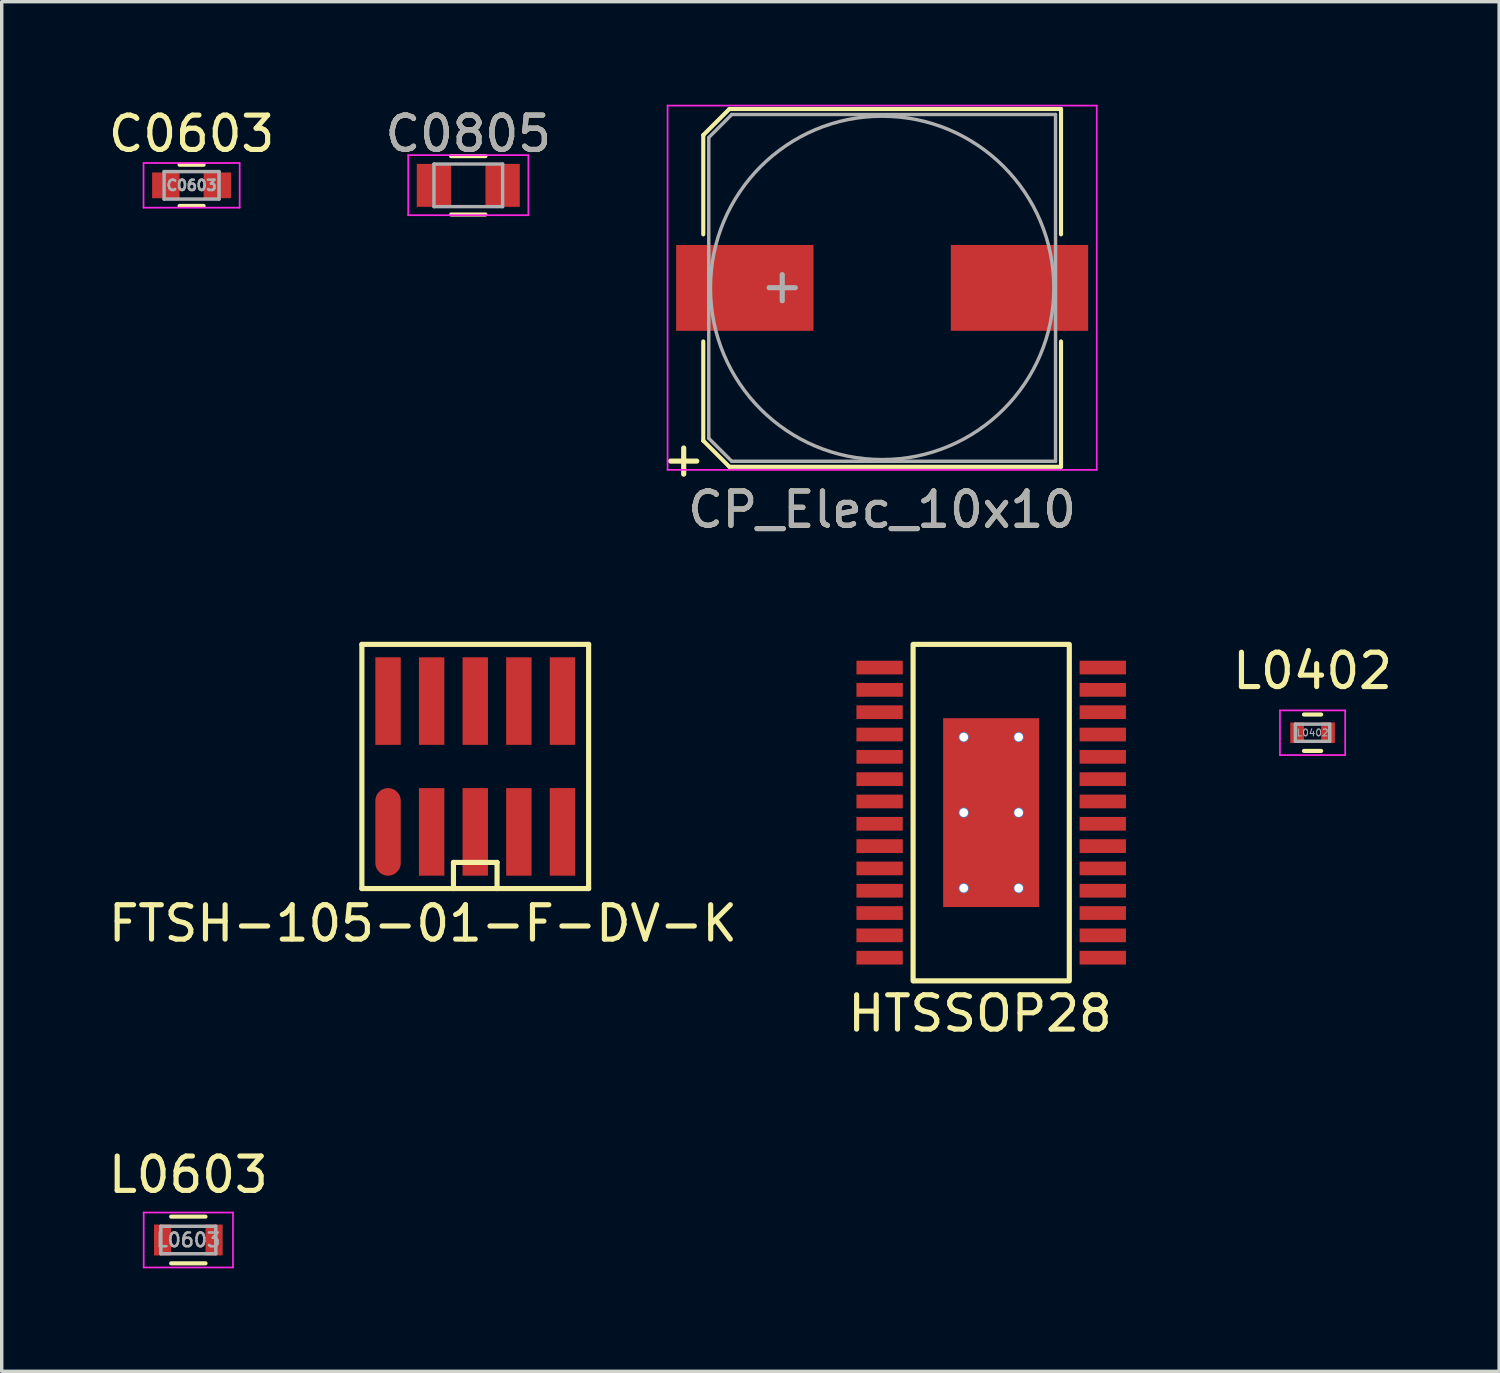
<source format=kicad_pcb>
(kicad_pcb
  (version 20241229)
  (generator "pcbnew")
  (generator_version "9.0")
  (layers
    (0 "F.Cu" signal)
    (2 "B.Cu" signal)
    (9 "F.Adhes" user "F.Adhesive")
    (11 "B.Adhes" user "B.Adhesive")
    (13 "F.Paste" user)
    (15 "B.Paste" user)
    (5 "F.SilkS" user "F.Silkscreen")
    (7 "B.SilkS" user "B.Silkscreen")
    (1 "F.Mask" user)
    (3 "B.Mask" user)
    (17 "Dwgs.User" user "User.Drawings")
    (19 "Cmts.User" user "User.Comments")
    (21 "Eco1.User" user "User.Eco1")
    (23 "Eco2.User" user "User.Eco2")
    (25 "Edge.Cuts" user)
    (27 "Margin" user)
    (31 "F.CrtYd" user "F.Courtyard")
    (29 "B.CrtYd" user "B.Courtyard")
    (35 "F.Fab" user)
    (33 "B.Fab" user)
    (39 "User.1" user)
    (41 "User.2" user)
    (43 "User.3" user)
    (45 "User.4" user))
  (footprint "CP_Elec_10x10"
    (layer "F.Cu")
    (at 22.643 5.335)
    (property "Reference" "CP_Elec_10x10" (at 0 6.46 0) (layer "F.SilkS") (effects (font (size 1 1) (thickness 0.15))))
    (attr smd)
    (fp_line (start -5.21 -4.45) (end -5.21 -1.56) (stroke (width 0.12) (type solid)) (layer "F.SilkS"))
    (fp_line (start -5.21 -4.45) (end -4.45 -5.21) (stroke (width 0.12) (type solid)) (layer "F.SilkS"))
    (fp_line (start -5.21 4.45) (end -5.21 1.56) (stroke (width 0.12) (type solid)) (layer "F.SilkS"))
    (fp_line (start -4.45 -5.21) (end 5.21 -5.21) (stroke (width 0.12) (type solid)) (layer "F.SilkS"))
    (fp_line (start -4.45 5.21) (end -5.21 4.45) (stroke (width 0.12) (type solid)) (layer "F.SilkS"))
    (fp_line (start 5.21 -5.21) (end 5.21 -1.56) (stroke (width 0.12) (type solid)) (layer "F.SilkS"))
    (fp_line (start 5.21 5.21) (end -4.45 5.21) (stroke (width 0.12) (type solid)) (layer "F.SilkS"))
    (fp_line (start 5.21 5.21) (end 5.21 1.56) (stroke (width 0.12) (type solid)) (layer "F.SilkS"))
    (fp_line (start -6.25 -5.31) (end -6.25 5.3) (stroke (width 0.05) (type solid)) (layer "F.CrtYd"))
    (fp_line (start -6.25 -5.31) (end 6.25 -5.31) (stroke (width 0.05) (type solid)) (layer "F.CrtYd"))
    (fp_line (start 6.25 5.3) (end -6.25 5.3) (stroke (width 0.05) (type solid)) (layer "F.CrtYd"))
    (fp_line (start 6.25 5.3) (end 6.25 -5.31) (stroke (width 0.05) (type solid)) (layer "F.CrtYd"))
    (fp_line (start -5.05 -4.38) (end -5.05 4.38) (stroke (width 0.1) (type solid)) (layer "F.Fab"))
    (fp_line (start -5.05 4.38) (end -4.38 5.05) (stroke (width 0.1) (type solid)) (layer "F.Fab"))
    (fp_line (start -4.38 -5.05) (end -5.05 -4.38) (stroke (width 0.1) (type solid)) (layer "F.Fab"))
    (fp_line (start -4.38 5.05) (end 5.05 5.05) (stroke (width 0.1) (type solid)) (layer "F.Fab"))
    (fp_line (start 5.05 -5.05) (end -4.38 -5.05) (stroke (width 0.1) (type solid)) (layer "F.Fab"))
    (fp_line (start 5.05 5.05) (end 5.05 -5.05) (stroke (width 0.1) (type solid)) (layer "F.Fab"))
    (fp_circle (center 0 0) (end 0.1 5) (stroke (width 0.1) (type solid)) (fill no) (layer "F.Fab"))
    (fp_text user "+" (at -5.78 4.97 0) (layer "F.SilkS") (effects (font (size 1 1) (thickness 0.15))))
    (fp_text user "${REFERENCE}" (at 0 6.46 0) (layer "F.Fab") (effects (font (size 1 1) (thickness 0.15))))
    (fp_text user "+" (at -2.91 -0.08 0) (layer "F.Fab") (effects (font (size 1 1) (thickness 0.15))))
    (pad "1" smd rect (at -4 0 180) (size 4 2.5) (layers "F.Cu" "F.Mask" "F.Paste"))
    (pad "2" smd rect (at 4 0 180) (size 4 2.5) (layers "F.Cu" "F.Mask" "F.Paste")))
  (footprint "C0805"
    (layer "F.Cu")
    (at 10.589 2.348)
    (property "Reference" "C0805" (at 0 -1.5 0) (layer "F.SilkS") (effects (font (size 1 1) (thickness 0.15))))
    (attr smd)
    (fp_line (start -0.5 0.85) (end 0.5 0.85) (stroke (width 0.12) (type solid)) (layer "F.SilkS"))
    (fp_line (start 0.5 -0.85) (end -0.5 -0.85) (stroke (width 0.12) (type solid)) (layer "F.SilkS"))
    (fp_line (start -1.75 -0.88) (end -1.75 0.87) (stroke (width 0.05) (type solid)) (layer "F.CrtYd"))
    (fp_line (start -1.75 -0.88) (end 1.75 -0.88) (stroke (width 0.05) (type solid)) (layer "F.CrtYd"))
    (fp_line (start 1.75 0.87) (end -1.75 0.87) (stroke (width 0.05) (type solid)) (layer "F.CrtYd"))
    (fp_line (start 1.75 0.87) (end 1.75 -0.88) (stroke (width 0.05) (type solid)) (layer "F.CrtYd"))
    (fp_line (start -1 -0.62) (end 1 -0.62) (stroke (width 0.1) (type solid)) (layer "F.Fab"))
    (fp_line (start -1 0.62) (end -1 -0.62) (stroke (width 0.1) (type solid)) (layer "F.Fab"))
    (fp_line (start 1 -0.62) (end 1 0.62) (stroke (width 0.1) (type solid)) (layer "F.Fab"))
    (fp_line (start 1 0.62) (end -1 0.62) (stroke (width 0.1) (type solid)) (layer "F.Fab"))
    (fp_text user "${REFERENCE}" (at 0 -1.5 0) (layer "F.Fab") (effects (font (size 1 1) (thickness 0.15))))
    (pad "1" smd rect (at -1 0) (size 1 1.25) (layers "F.Cu" "F.Mask" "F.Paste"))
    (pad "2" smd rect (at 1 0) (size 1 1.25) (layers "F.Cu" "F.Mask" "F.Paste")))
  (footprint "L0603"
    (layer "F.Cu")
    (at 2.435 33.065)
    (property "Reference" "L0603" (at 0 -1.9 0) (layer "F.SilkS") (effects (font (size 1 1) (thickness 0.15))))
    (attr smd)
    (fp_line (start -0.5 -0.68) (end 0.5 -0.68) (stroke (width 0.12) (type solid)) (layer "F.SilkS"))
    (fp_line (start 0.5 0.68) (end -0.5 0.68) (stroke (width 0.12) (type solid)) (layer "F.SilkS"))
    (fp_line (start -1.3 -0.8) (end -1.3 0.8) (stroke (width 0.05) (type solid)) (layer "F.CrtYd"))
    (fp_line (start -1.3 -0.8) (end 1.3 -0.8) (stroke (width 0.05) (type solid)) (layer "F.CrtYd"))
    (fp_line (start -1.3 0.8) (end 1.3 0.8) (stroke (width 0.05) (type solid)) (layer "F.CrtYd"))
    (fp_line (start 1.3 -0.8) (end 1.3 0.8) (stroke (width 0.05) (type solid)) (layer "F.CrtYd"))
    (fp_line (start -0.8 -0.4) (end 0.8 -0.4) (stroke (width 0.1) (type solid)) (layer "F.Fab"))
    (fp_line (start -0.8 0.4) (end -0.8 -0.4) (stroke (width 0.1) (type solid)) (layer "F.Fab"))
    (fp_line (start 0.8 -0.4) (end 0.8 0.4) (stroke (width 0.1) (type solid)) (layer "F.Fab"))
    (fp_line (start 0.8 0.4) (end -0.8 0.4) (stroke (width 0.1) (type solid)) (layer "F.Fab"))
    (fp_text user "${REFERENCE}" (at 0 0 0) (layer "F.Fab") (effects (font (size 0.4 0.4) (thickness 0.075))))
    (pad "1" smd rect (at -0.75 0) (size 0.5 0.9) (layers "F.Cu" "F.Mask" "F.Paste"))
    (pad "2" smd rect (at 0.75 0) (size 0.5 0.9) (layers "F.Cu" "F.Mask" "F.Paste")))
  (footprint "L0402"
    (layer "F.Cu")
    (at 35.179 18.291)
    (property "Reference" "L0402" (at 0 -1.8 0) (layer "F.SilkS") (effects (font (size 1 1) (thickness 0.15))))
    (attr smd)
    (fp_line (start -0.25 0.53) (end 0.25 0.53) (stroke (width 0.12) (type solid)) (layer "F.SilkS"))
    (fp_line (start 0.25 -0.53) (end -0.25 -0.53) (stroke (width 0.12) (type solid)) (layer "F.SilkS"))
    (fp_line (start -0.95 -0.65) (end -0.95 0.65) (stroke (width 0.05) (type solid)) (layer "F.CrtYd"))
    (fp_line (start -0.95 -0.65) (end 0.95 -0.65) (stroke (width 0.05) (type solid)) (layer "F.CrtYd"))
    (fp_line (start -0.95 0.65) (end 0.95 0.65) (stroke (width 0.05) (type solid)) (layer "F.CrtYd"))
    (fp_line (start 0.95 -0.65) (end 0.95 0.65) (stroke (width 0.05) (type solid)) (layer "F.CrtYd"))
    (fp_line (start -0.5 -0.25) (end 0.5 -0.25) (stroke (width 0.1) (type solid)) (layer "F.Fab"))
    (fp_line (start -0.5 0.25) (end -0.5 -0.25) (stroke (width 0.1) (type solid)) (layer "F.Fab"))
    (fp_line (start 0.5 -0.25) (end 0.5 0.25) (stroke (width 0.1) (type solid)) (layer "F.Fab"))
    (fp_line (start 0.5 0.25) (end -0.5 0.25) (stroke (width 0.1) (type solid)) (layer "F.Fab"))
    (fp_text user "${REFERENCE}" (at 0 0 0) (layer "F.Fab") (effects (font (size 0.2 0.2) (thickness 0.03))))
    (pad "1" smd rect (at -0.45 0) (size 0.4 0.6) (layers "F.Cu" "F.Mask" "F.Paste"))
    (pad "2" smd rect (at 0.45 0) (size 0.4 0.6) (layers "F.Cu" "F.Mask" "F.Paste")))
  (footprint "C0603"
    (layer "F.Cu")
    (at 2.53 2.348)
    (property "Reference" "C0603" (at 0 -1.5 0) (layer "F.SilkS") (effects (font (size 1 1) (thickness 0.15))))
    (attr smd)
    (fp_line (start -0.35 -0.6) (end 0.35 -0.6) (stroke (width 0.12) (type solid)) (layer "F.SilkS"))
    (fp_line (start 0.35 0.6) (end -0.35 0.6) (stroke (width 0.12) (type solid)) (layer "F.SilkS"))
    (fp_line (start -1.4 -0.65) (end -1.4 0.65) (stroke (width 0.05) (type solid)) (layer "F.CrtYd"))
    (fp_line (start -1.4 -0.65) (end 1.4 -0.65) (stroke (width 0.05) (type solid)) (layer "F.CrtYd"))
    (fp_line (start 1.4 0.65) (end -1.4 0.65) (stroke (width 0.05) (type solid)) (layer "F.CrtYd"))
    (fp_line (start 1.4 0.65) (end 1.4 -0.65) (stroke (width 0.05) (type solid)) (layer "F.CrtYd"))
    (fp_line (start -0.8 -0.4) (end 0.8 -0.4) (stroke (width 0.1) (type solid)) (layer "F.Fab"))
    (fp_line (start -0.8 0.4) (end -0.8 -0.4) (stroke (width 0.1) (type solid)) (layer "F.Fab"))
    (fp_line (start 0.8 -0.4) (end 0.8 0.4) (stroke (width 0.1) (type solid)) (layer "F.Fab"))
    (fp_line (start 0.8 0.4) (end -0.8 0.4) (stroke (width 0.1) (type solid)) (layer "F.Fab"))
    (fp_text user "${REFERENCE}" (at 0 0 0) (layer "F.Fab") (effects (font (size 0.3 0.3) (thickness 0.075))))
    (pad "1" smd rect (at -0.75 0) (size 0.8 0.75) (layers "F.Cu" "F.Mask" "F.Paste"))
    (pad "2" smd rect (at 0.75 0) (size 0.8 0.75) (layers "F.Cu" "F.Mask" "F.Paste")))
  (footprint "HTSSOP28"
    (layer "F.Cu")
    (at 25.819 20.618)
    (property "Reference" "HTSSOP28" (at -0.325 5.85 0) (layer "F.SilkS") (effects (font (size 1 1) (thickness 0.15))))
    (attr through_hole)
    (fp_line (start -2.275 -4.9) (end -2.275 4.9) (stroke (width 0.15) (type solid)) (layer "F.SilkS"))
    (fp_line (start -2.25 4.9) (end 2.225 4.9) (stroke (width 0.15) (type solid)) (layer "F.SilkS"))
    (fp_line (start 2.25 -4.9) (end -2.25 -4.9) (stroke (width 0.15) (type solid)) (layer "F.SilkS"))
    (fp_line (start 2.275 4.9) (end 2.275 -4.9) (stroke (width 0.15) (type solid)) (layer "F.SilkS"))
    (pad "1" smd rect (at -3.25 -4.225 270) (size 0.4 1.35) (layers "F.Cu" "F.Mask" "F.Paste"))
    (pad "2" smd rect (at -3.25 -3.575 270) (size 0.4 1.35) (layers "F.Cu" "F.Mask" "F.Paste"))
    (pad "3" smd rect (at -3.25 -2.925 270) (size 0.4 1.35) (layers "F.Cu" "F.Mask" "F.Paste"))
    (pad "4" smd rect (at -3.25 -2.275 270) (size 0.4 1.35) (layers "F.Cu" "F.Mask" "F.Paste"))
    (pad "5" smd rect (at -3.25 -1.625 270) (size 0.4 1.35) (layers "F.Cu" "F.Mask" "F.Paste"))
    (pad "6" smd rect (at -3.25 -0.975 270) (size 0.4 1.35) (layers "F.Cu" "F.Mask" "F.Paste"))
    (pad "7" smd rect (at -3.25 -0.325 270) (size 0.4 1.35) (layers "F.Cu" "F.Mask" "F.Paste"))
    (pad "8" smd rect (at -3.25 0.325 270) (size 0.4 1.35) (layers "F.Cu" "F.Mask" "F.Paste"))
    (pad "9" smd rect (at -3.25 0.975 270) (size 0.4 1.35) (layers "F.Cu" "F.Mask" "F.Paste"))
    (pad "10" smd rect (at -3.25 1.625 270) (size 0.4 1.35) (layers "F.Cu" "F.Mask" "F.Paste"))
    (pad "11" smd rect (at -3.25 2.275 270) (size 0.4 1.35) (layers "F.Cu" "F.Mask" "F.Paste"))
    (pad "12" smd rect (at -3.25 2.925 270) (size 0.4 1.35) (layers "F.Cu" "F.Mask" "F.Paste"))
    (pad "13" smd rect (at -3.25 3.575 270) (size 0.4 1.35) (layers "F.Cu" "F.Mask" "F.Paste"))
    (pad "14" smd rect (at -3.25 4.225 270) (size 0.4 1.35) (layers "F.Cu" "F.Mask" "F.Paste"))
    (pad "15" smd rect (at 3.25 4.225 270) (size 0.4 1.35) (layers "F.Cu" "F.Mask" "F.Paste"))
    (pad "16" smd rect (at 3.25 3.575 270) (size 0.4 1.35) (layers "F.Cu" "F.Mask" "F.Paste"))
    (pad "17" smd rect (at 3.25 2.925 270) (size 0.4 1.35) (layers "F.Cu" "F.Mask" "F.Paste"))
    (pad "18" smd rect (at 3.25 2.275 270) (size 0.4 1.35) (layers "F.Cu" "F.Mask" "F.Paste"))
    (pad "19" smd rect (at 3.25 1.625 270) (size 0.4 1.35) (layers "F.Cu" "F.Mask" "F.Paste"))
    (pad "20" smd rect (at 3.25 0.975 270) (size 0.4 1.35) (layers "F.Cu" "F.Mask" "F.Paste"))
    (pad "21" smd rect (at 3.25 0.325 270) (size 0.4 1.35) (layers "F.Cu" "F.Mask" "F.Paste"))
    (pad "22" smd rect (at 3.25 -0.325 270) (size 0.4 1.35) (layers "F.Cu" "F.Mask" "F.Paste"))
    (pad "23" smd rect (at 3.25 -0.975 270) (size 0.4 1.35) (layers "F.Cu" "F.Mask" "F.Paste"))
    (pad "24" smd rect (at 3.25 -1.625 270) (size 0.4 1.35) (layers "F.Cu" "F.Mask" "F.Paste"))
    (pad "25" smd rect (at 3.25 -2.275 270) (size 0.4 1.35) (layers "F.Cu" "F.Mask" "F.Paste"))
    (pad "26" smd rect (at 3.25 -2.925 270) (size 0.4 1.35) (layers "F.Cu" "F.Mask" "F.Paste"))
    (pad "27" smd rect (at 3.25 -3.575 270) (size 0.4 1.35) (layers "F.Cu" "F.Mask" "F.Paste"))
    (pad "28" smd rect (at 3.25 -4.225 270) (size 0.4 1.35) (layers "F.Cu" "F.Mask" "F.Paste"))
    (pad "29" thru_hole circle (at -0.8 -2.2) (size 0.3 0.3) (drill 0.254) (layers "*.Cu" "*.Mask"))
    (pad "29" thru_hole circle (at -0.8 0) (size 0.3 0.3) (drill 0.254) (layers "*.Cu" "*.Mask"))
    (pad "29" thru_hole circle (at -0.8 2.2) (size 0.3 0.3) (drill 0.254) (layers "*.Cu" "*.Mask"))
    (pad "29" smd rect (at 0 0 270) (size 5.5 2.8) (layers "F.Cu" "F.Mask" "F.Paste"))
    (pad "29" thru_hole circle (at 0.8 -2.2) (size 0.3 0.3) (drill 0.254) (layers "*.Cu" "*.Mask"))
    (pad "29" thru_hole circle (at 0.8 0) (size 0.3 0.3) (drill 0.254) (layers "*.Cu" "*.Mask"))
    (pad "29" thru_hole circle (at 0.8 2.2) (size 0.3 0.3) (drill 0.254) (layers "*.Cu" "*.Mask")))
  (footprint "FTSH-105-01-F-DV-K"
    (layer "F.Cu")
    (at 10.792 19.274)
    (property "Reference" "FTSH-105-01-F-DV-K" (at -1.524 4.572 0) (layer "F.SilkS") (effects (font (size 1 1) (thickness 0.15))))
    (attr through_hole)
    (fp_line (start -3.302 -3.556) (end -3.302 3.556) (stroke (width 0.15) (type solid)) (layer "F.SilkS"))
    (fp_line (start -3.302 3.556) (end 3.302 3.556) (stroke (width 0.15) (type solid)) (layer "F.SilkS"))
    (fp_line (start -0.635 2.794) (end 0.635 2.794) (stroke (width 0.15) (type solid)) (layer "F.SilkS"))
    (fp_line (start -0.635 3.556) (end -0.635 2.794) (stroke (width 0.15) (type solid)) (layer "F.SilkS"))
    (fp_line (start 0.635 2.794) (end 0.635 3.556) (stroke (width 0.15) (type solid)) (layer "F.SilkS"))
    (fp_line (start 3.302 -3.556) (end -3.302 -3.556) (stroke (width 0.15) (type solid)) (layer "F.SilkS"))
    (fp_line (start 3.302 3.556) (end 3.302 -3.556) (stroke (width 0.15) (type solid)) (layer "F.SilkS"))
    (pad "1" smd oval (at -2.54 1.905) (size 0.74 2.55) (layers "F.Cu" "F.Mask" "F.Paste"))
    (pad "2" smd rect (at -2.54 -1.905) (size 0.74 2.55) (layers "F.Cu" "F.Mask" "F.Paste"))
    (pad "3" smd rect (at -1.27 1.905) (size 0.74 2.55) (layers "F.Cu" "F.Mask" "F.Paste"))
    (pad "4" smd rect (at -1.27 -1.905) (size 0.74 2.55) (layers "F.Cu" "F.Mask" "F.Paste"))
    (pad "5" smd rect (at 0 1.905) (size 0.74 2.55) (layers "F.Cu" "F.Mask" "F.Paste"))
    (pad "6" smd rect (at 0 -1.905) (size 0.74 2.55) (layers "F.Cu" "F.Mask" "F.Paste"))
    (pad "7" smd rect (at 1.27 1.905) (size 0.74 2.55) (layers "F.Cu" "F.Mask" "F.Paste"))
    (pad "8" smd rect (at 1.27 -1.905) (size 0.74 2.55) (layers "F.Cu" "F.Mask" "F.Paste"))
    (pad "9" smd rect (at 2.54 1.905) (size 0.74 2.55) (layers "F.Cu" "F.Mask" "F.Paste"))
    (pad "10" smd rect (at 2.54 -1.905) (size 0.74 2.55) (layers "F.Cu" "F.Mask" "F.Paste")))
  (gr_rect
    (start -3 -3)
    (end 40.613 36.89)
    (stroke (width 0.1) (type default))
    (fill no)
    (layer "Edge.Cuts")))
</source>
